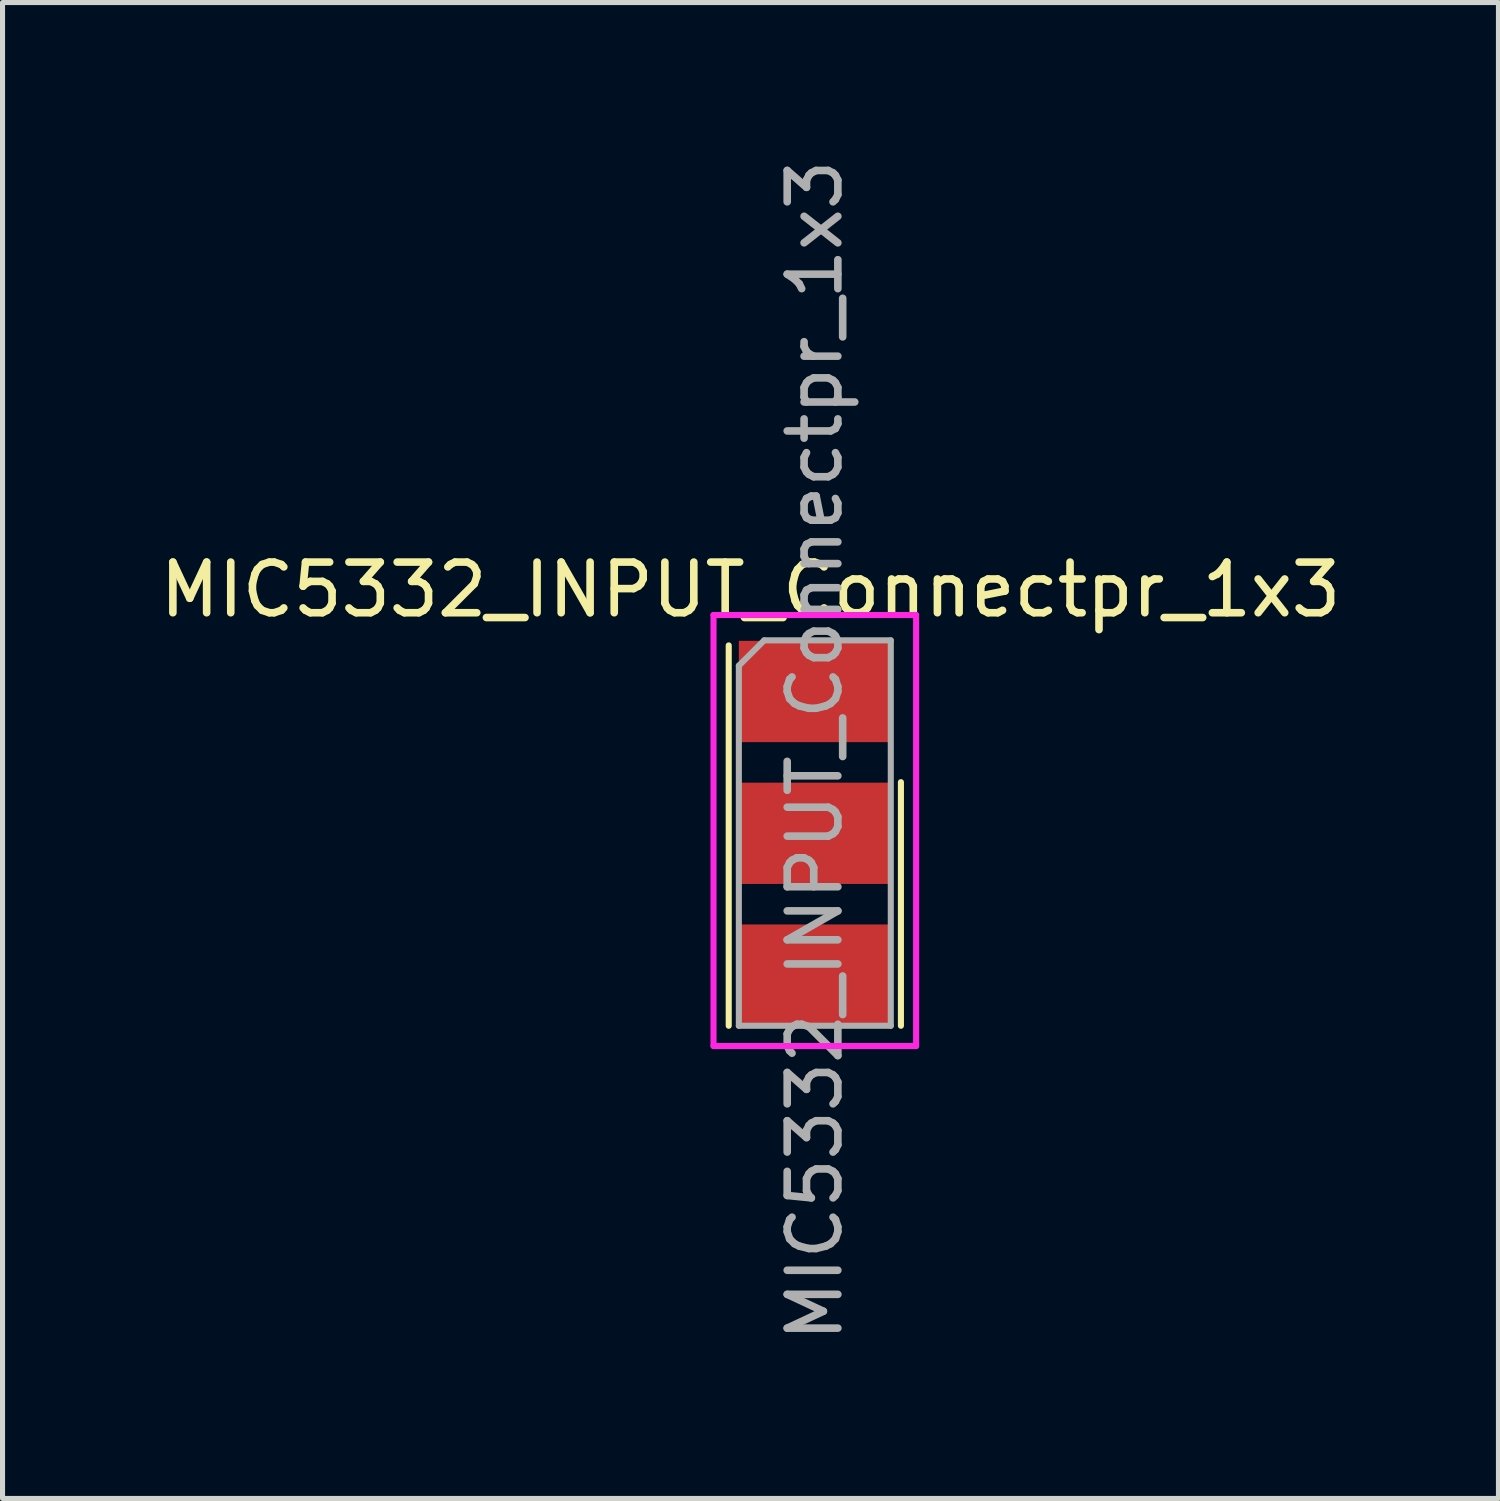
<source format=kicad_pcb>
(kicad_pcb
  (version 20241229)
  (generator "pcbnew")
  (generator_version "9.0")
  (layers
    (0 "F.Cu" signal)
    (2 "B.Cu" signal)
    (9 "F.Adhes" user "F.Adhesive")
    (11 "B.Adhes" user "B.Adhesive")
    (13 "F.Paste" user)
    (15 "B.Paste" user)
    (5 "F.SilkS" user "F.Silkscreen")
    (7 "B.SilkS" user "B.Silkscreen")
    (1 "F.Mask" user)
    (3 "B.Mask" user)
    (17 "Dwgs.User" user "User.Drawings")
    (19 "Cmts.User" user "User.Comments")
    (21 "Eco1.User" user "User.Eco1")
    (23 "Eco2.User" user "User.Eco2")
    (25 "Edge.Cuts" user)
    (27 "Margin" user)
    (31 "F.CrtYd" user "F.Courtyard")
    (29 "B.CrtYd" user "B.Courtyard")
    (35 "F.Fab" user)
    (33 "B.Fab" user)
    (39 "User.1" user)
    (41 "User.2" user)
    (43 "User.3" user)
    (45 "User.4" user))
  (footprint "MIC5332_INPUT_Connectpr_1x3"
    (layer "F.Cu")
    (at 13.038 12.403)
    (property "Reference" "MIC5332_INPUT_Connectpr_1x3" (at -1.27 -3.81 0) (layer "F.SilkS") (effects (font (size 1 1) (thickness 0.15))))
    (attr through_hole)
    (fp_line (start -1.7 -2.71) (end -1.7 4.8) (stroke (width 0.12) (type solid)) (layer "F.SilkS"))
    (fp_line (start 1.7 4.8) (end 1.7 -0.01) (stroke (width 0.12) (type solid)) (layer "F.SilkS"))
    (fp_line (start -2 -3.31) (end -2 5.2) (stroke (width 0.12) (type solid)) (layer "F.CrtYd"))
    (fp_line (start -2 5.2) (end 2 5.2) (stroke (width 0.12) (type solid)) (layer "F.CrtYd"))
    (fp_line (start 2 -3.31) (end -2 -3.31) (stroke (width 0.12) (type solid)) (layer "F.CrtYd"))
    (fp_line (start 2 5.2) (end 2 -3.31) (stroke (width 0.12) (type solid)) (layer "F.CrtYd"))
    (fp_line (start -1.5 -2.31) (end -1 -2.81) (stroke (width 0.12) (type solid)) (layer "F.Fab"))
    (fp_line (start -1.5 4.8) (end -1.5 -2.31) (stroke (width 0.12) (type solid)) (layer "F.Fab"))
    (fp_line (start -1.5 4.8) (end 1.5 4.8) (stroke (width 0.12) (type solid)) (layer "F.Fab"))
    (fp_line (start -1 -2.81) (end 1.5 -2.81) (stroke (width 0.12) (type solid)) (layer "F.Fab"))
    (fp_line (start 1.5 -2.81) (end 1.5 4.8) (stroke (width 0.12) (type solid)) (layer "F.Fab"))
    (fp_text user "${REFERENCE}" (at 0 -0.635 90) (layer "F.Fab") (effects (font (size 1 1) (thickness 0.15))))
    (pad "1" smd rect (at 0 -1.8) (size 3 2) (layers "F.Cu" "F.Mask" "F.Paste"))
    (pad "2" smd rect (at 0 1) (size 3 2) (layers "F.Cu" "F.Mask" "F.Paste"))
    (pad "3" smd rect (at 0 3.8) (size 3 2) (layers "F.Cu" "F.Mask" "F.Paste")))
  (gr_rect
    (start -3 -3)
    (end 26.536 26.536)
    (stroke (width 0.1) (type default))
    (fill no)
    (layer "Edge.Cuts")))
</source>
